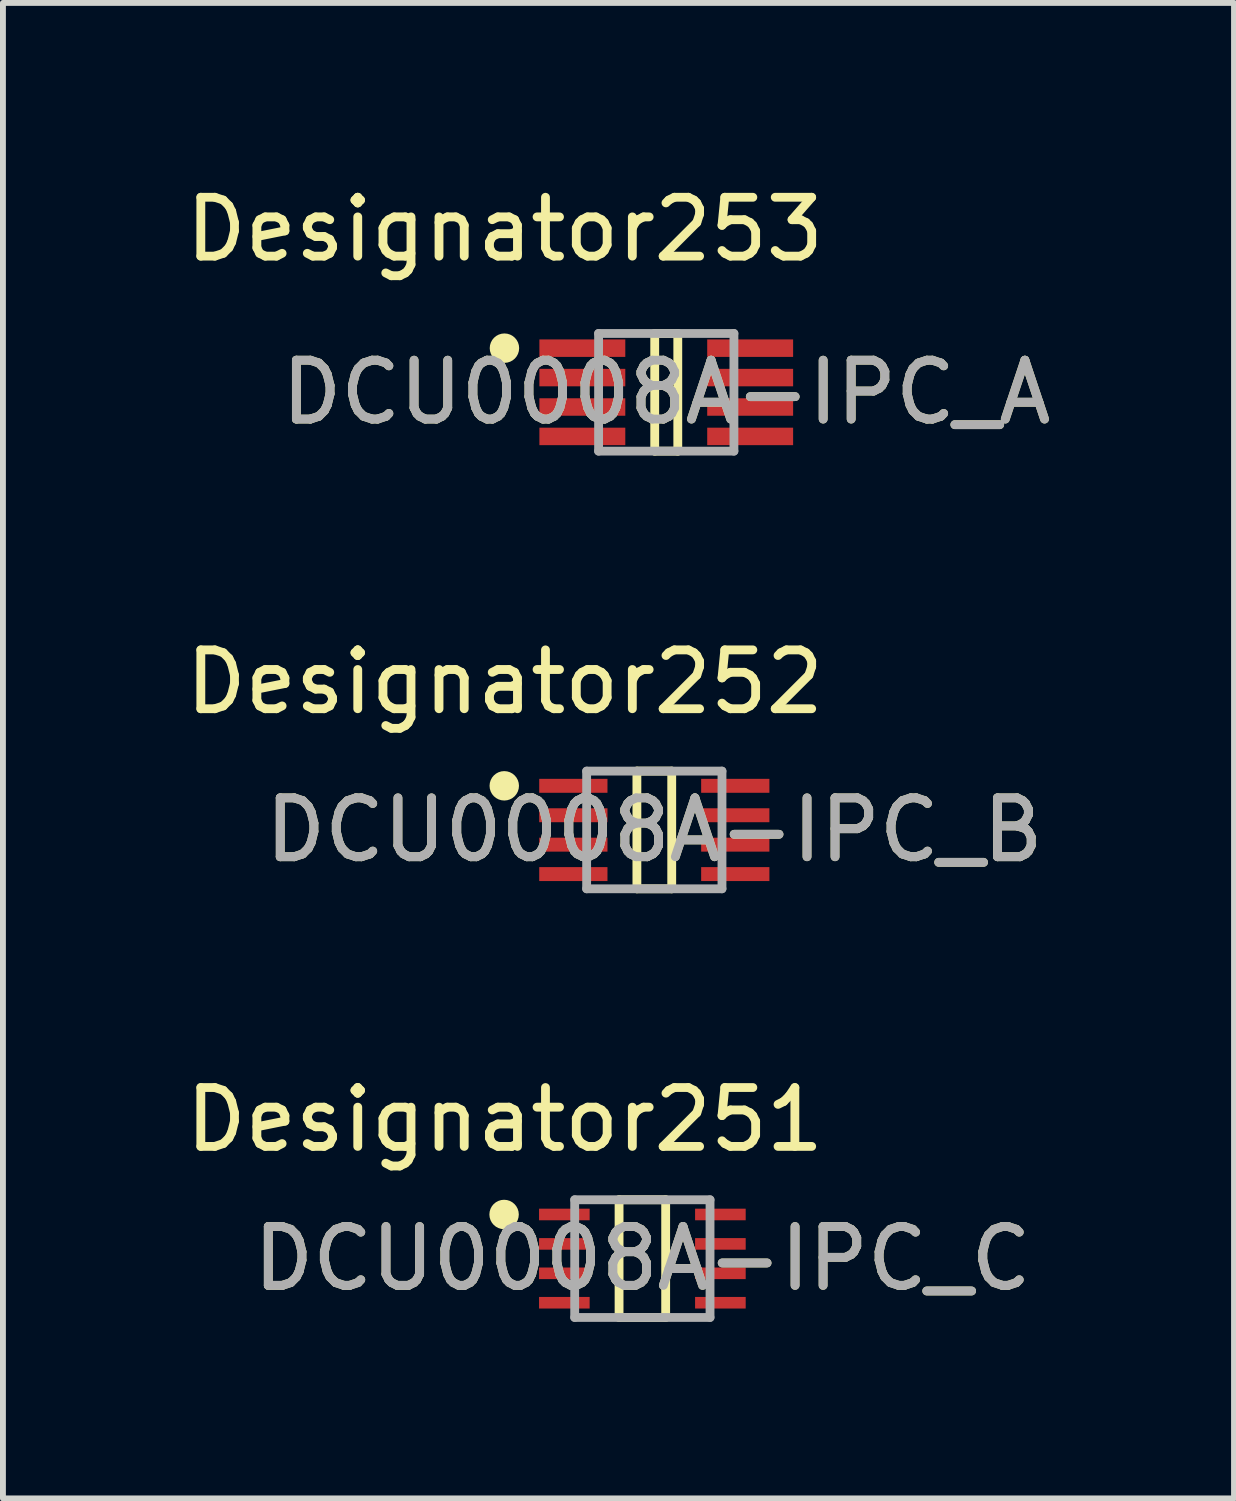
<source format=kicad_pcb>
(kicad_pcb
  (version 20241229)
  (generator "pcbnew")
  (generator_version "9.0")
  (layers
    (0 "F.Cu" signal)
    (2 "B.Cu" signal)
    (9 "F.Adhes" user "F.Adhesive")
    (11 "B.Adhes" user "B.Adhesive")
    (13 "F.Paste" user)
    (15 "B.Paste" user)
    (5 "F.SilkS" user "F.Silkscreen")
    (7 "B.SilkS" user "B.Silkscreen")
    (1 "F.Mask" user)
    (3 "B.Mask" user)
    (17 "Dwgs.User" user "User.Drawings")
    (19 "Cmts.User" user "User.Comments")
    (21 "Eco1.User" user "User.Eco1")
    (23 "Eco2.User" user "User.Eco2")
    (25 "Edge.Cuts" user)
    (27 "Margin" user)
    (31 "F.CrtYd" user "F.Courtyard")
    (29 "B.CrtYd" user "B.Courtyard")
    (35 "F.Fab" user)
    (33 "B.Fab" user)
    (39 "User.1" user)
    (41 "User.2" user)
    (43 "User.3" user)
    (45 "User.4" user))
  (footprint "DCU0008A-IPC_B"
    (layer "F.Cu")
    (at 8.07 11.055)
    (property "Reference" "DCU0008A-IPC_B" (at 0 0 0) (unlocked yes) (layer "F.SilkS") (effects (font (size 1 1) (thickness 0.15))))
    (attr smd)
    (fp_line (start -0.296 -1) (end 0.296 -1) (stroke (width 0.15) (type solid)) (layer "F.SilkS"))
    (fp_line (start -0.296 1) (end -0.296 -1) (stroke (width 0.15) (type solid)) (layer "F.SilkS"))
    (fp_line (start -0.296 1) (end 0.296 1) (stroke (width 0.15) (type solid)) (layer "F.SilkS"))
    (fp_line (start 0.296 1) (end 0.296 -1) (stroke (width 0.15) (type solid)) (layer "F.SilkS"))
    (fp_circle (center -2.55 -0.75) (end -2.425 -0.75) (stroke (width 0.25) (type solid)) (fill no) (layer "F.SilkS"))
    (fp_line (start -1.15 -1) (end 1.15 -1) (stroke (width 0.15) (type solid)) (layer "F.Fab"))
    (fp_line (start -1.15 1) (end -1.15 -1) (stroke (width 0.15) (type solid)) (layer "F.Fab"))
    (fp_line (start -1.15 1) (end 1.15 1) (stroke (width 0.15) (type solid)) (layer "F.Fab"))
    (fp_line (start 1.15 1) (end 1.15 -1) (stroke (width 0.15) (type solid)) (layer "F.Fab"))
    (fp_text user "Designator252" (at -2.54 -2.515 0) (unlocked yes) (layer "F.SilkS") (effects (font (size 1 1) (thickness 0.15))))
    (fp_text user "${REFERENCE}" (at 0 0 0) (unlocked yes) (layer "F.Fab") (effects (font (size 1 1) (thickness 0.15))))
    (pad "1" smd rect (at -1.376 -0.75) (size 1.16 0.237) (layers "F.Cu" "F.Mask" "F.Paste"))
    (pad "2" smd rect (at -1.376 -0.25) (size 1.16 0.237) (layers "F.Cu" "F.Mask" "F.Paste"))
    (pad "3" smd rect (at -1.376 0.25) (size 1.16 0.237) (layers "F.Cu" "F.Mask" "F.Paste"))
    (pad "4" smd rect (at -1.376 0.75) (size 1.16 0.237) (layers "F.Cu" "F.Mask" "F.Paste"))
    (pad "5" smd rect (at 1.376 0.75) (size 1.16 0.237) (layers "F.Cu" "F.Mask" "F.Paste"))
    (pad "6" smd rect (at 1.376 0.25) (size 1.16 0.237) (layers "F.Cu" "F.Mask" "F.Paste"))
    (pad "7" smd rect (at 1.376 -0.25) (size 1.16 0.237) (layers "F.Cu" "F.Mask" "F.Paste"))
    (pad "8" smd rect (at 1.376 -0.75) (size 1.16 0.237) (layers "F.Cu" "F.Mask" "F.Paste")))
  (footprint "DCU0008A-IPC_C"
    (layer "F.Cu")
    (at 7.867 18.34)
    (property "Reference" "DCU0008A-IPC_C" (at 0 0 0) (unlocked yes) (layer "F.SilkS") (effects (font (size 1 1) (thickness 0.15))))
    (attr smd)
    (fp_line (start -0.396 -1) (end 0.396 -1) (stroke (width 0.15) (type solid)) (layer "F.SilkS"))
    (fp_line (start -0.396 1) (end -0.396 -1) (stroke (width 0.15) (type solid)) (layer "F.SilkS"))
    (fp_line (start -0.396 1) (end 0.396 1) (stroke (width 0.15) (type solid)) (layer "F.SilkS"))
    (fp_line (start 0.396 1) (end 0.396 -1) (stroke (width 0.15) (type solid)) (layer "F.SilkS"))
    (fp_circle (center -2.35 -0.75) (end -2.225 -0.75) (stroke (width 0.25) (type solid)) (fill no) (layer "F.SilkS"))
    (fp_line (start -1.15 -1) (end 1.15 -1) (stroke (width 0.15) (type solid)) (layer "F.Fab"))
    (fp_line (start -1.15 1) (end -1.15 -1) (stroke (width 0.15) (type solid)) (layer "F.Fab"))
    (fp_line (start -1.15 1) (end 1.15 1) (stroke (width 0.15) (type solid)) (layer "F.Fab"))
    (fp_line (start 1.15 1) (end 1.15 -1) (stroke (width 0.15) (type solid)) (layer "F.Fab"))
    (fp_text user "Designator251" (at -2.337 -2.362 0) (unlocked yes) (layer "F.SilkS") (effects (font (size 1 1) (thickness 0.15))))
    (fp_text user "${REFERENCE}" (at 0 0 0) (unlocked yes) (layer "F.Fab") (effects (font (size 1 1) (thickness 0.15))))
    (pad "1" smd rect (at -1.326 -0.75) (size 0.86 0.197) (layers "F.Cu" "F.Mask" "F.Paste"))
    (pad "2" smd rect (at -1.326 -0.25) (size 0.86 0.197) (layers "F.Cu" "F.Mask" "F.Paste"))
    (pad "3" smd rect (at -1.326 0.25) (size 0.86 0.197) (layers "F.Cu" "F.Mask" "F.Paste"))
    (pad "4" smd rect (at -1.326 0.75) (size 0.86 0.197) (layers "F.Cu" "F.Mask" "F.Paste"))
    (pad "5" smd rect (at 1.326 0.75) (size 0.86 0.197) (layers "F.Cu" "F.Mask" "F.Paste"))
    (pad "6" smd rect (at 1.326 0.25) (size 0.86 0.197) (layers "F.Cu" "F.Mask" "F.Paste"))
    (pad "7" smd rect (at 1.326 -0.25) (size 0.86 0.197) (layers "F.Cu" "F.Mask" "F.Paste"))
    (pad "8" smd rect (at 1.326 -0.75) (size 0.86 0.197) (layers "F.Cu" "F.Mask" "F.Paste")))
  (footprint "DCU0008A-IPC_A"
    (layer "F.Cu")
    (at 8.273 3.617)
    (property "Reference" "DCU0008A-IPC_A" (at 0 0 0) (unlocked yes) (layer "F.SilkS") (effects (font (size 1 1) (thickness 0.15))))
    (attr smd)
    (fp_line (start -0.196 -1) (end 0.196 -1) (stroke (width 0.15) (type solid)) (layer "F.SilkS"))
    (fp_line (start -0.196 1) (end -0.196 -1) (stroke (width 0.15) (type solid)) (layer "F.SilkS"))
    (fp_line (start -0.196 1) (end 0.196 1) (stroke (width 0.15) (type solid)) (layer "F.SilkS"))
    (fp_line (start 0.196 1) (end 0.196 -1) (stroke (width 0.15) (type solid)) (layer "F.SilkS"))
    (fp_circle (center -2.75 -0.75) (end -2.625 -0.75) (stroke (width 0.25) (type solid)) (fill no) (layer "F.SilkS"))
    (fp_line (start -1.15 -1) (end 1.15 -1) (stroke (width 0.15) (type solid)) (layer "F.Fab"))
    (fp_line (start -1.15 1) (end -1.15 -1) (stroke (width 0.15) (type solid)) (layer "F.Fab"))
    (fp_line (start -1.15 1) (end 1.15 1) (stroke (width 0.15) (type solid)) (layer "F.Fab"))
    (fp_line (start 1.15 1) (end 1.15 -1) (stroke (width 0.15) (type solid)) (layer "F.Fab"))
    (fp_text user "Designator253" (at -2.743 -2.769 0) (unlocked yes) (layer "F.SilkS") (effects (font (size 1 1) (thickness 0.15))))
    (fp_text user "${REFERENCE}" (at 0 0 0) (unlocked yes) (layer "F.Fab") (effects (font (size 1 1) (thickness 0.15))))
    (pad "1" smd rect (at -1.426 -0.75) (size 1.46 0.297) (layers "F.Cu" "F.Mask" "F.Paste"))
    (pad "2" smd rect (at -1.426 -0.25) (size 1.46 0.297) (layers "F.Cu" "F.Mask" "F.Paste"))
    (pad "3" smd rect (at -1.426 0.25) (size 1.46 0.297) (layers "F.Cu" "F.Mask" "F.Paste"))
    (pad "4" smd rect (at -1.426 0.75) (size 1.46 0.297) (layers "F.Cu" "F.Mask" "F.Paste"))
    (pad "5" smd rect (at 1.426 0.75) (size 1.46 0.297) (layers "F.Cu" "F.Mask" "F.Paste"))
    (pad "6" smd rect (at 1.426 0.25) (size 1.46 0.297) (layers "F.Cu" "F.Mask" "F.Paste"))
    (pad "7" smd rect (at 1.426 -0.25) (size 1.46 0.297) (layers "F.Cu" "F.Mask" "F.Paste"))
    (pad "8" smd rect (at 1.426 -0.75) (size 1.46 0.297) (layers "F.Cu" "F.Mask" "F.Paste")))
  (gr_rect
    (start -3 -3)
    (end 17.922 22.415)
    (stroke (width 0.1) (type default))
    (fill no)
    (layer "Edge.Cuts")))
</source>
